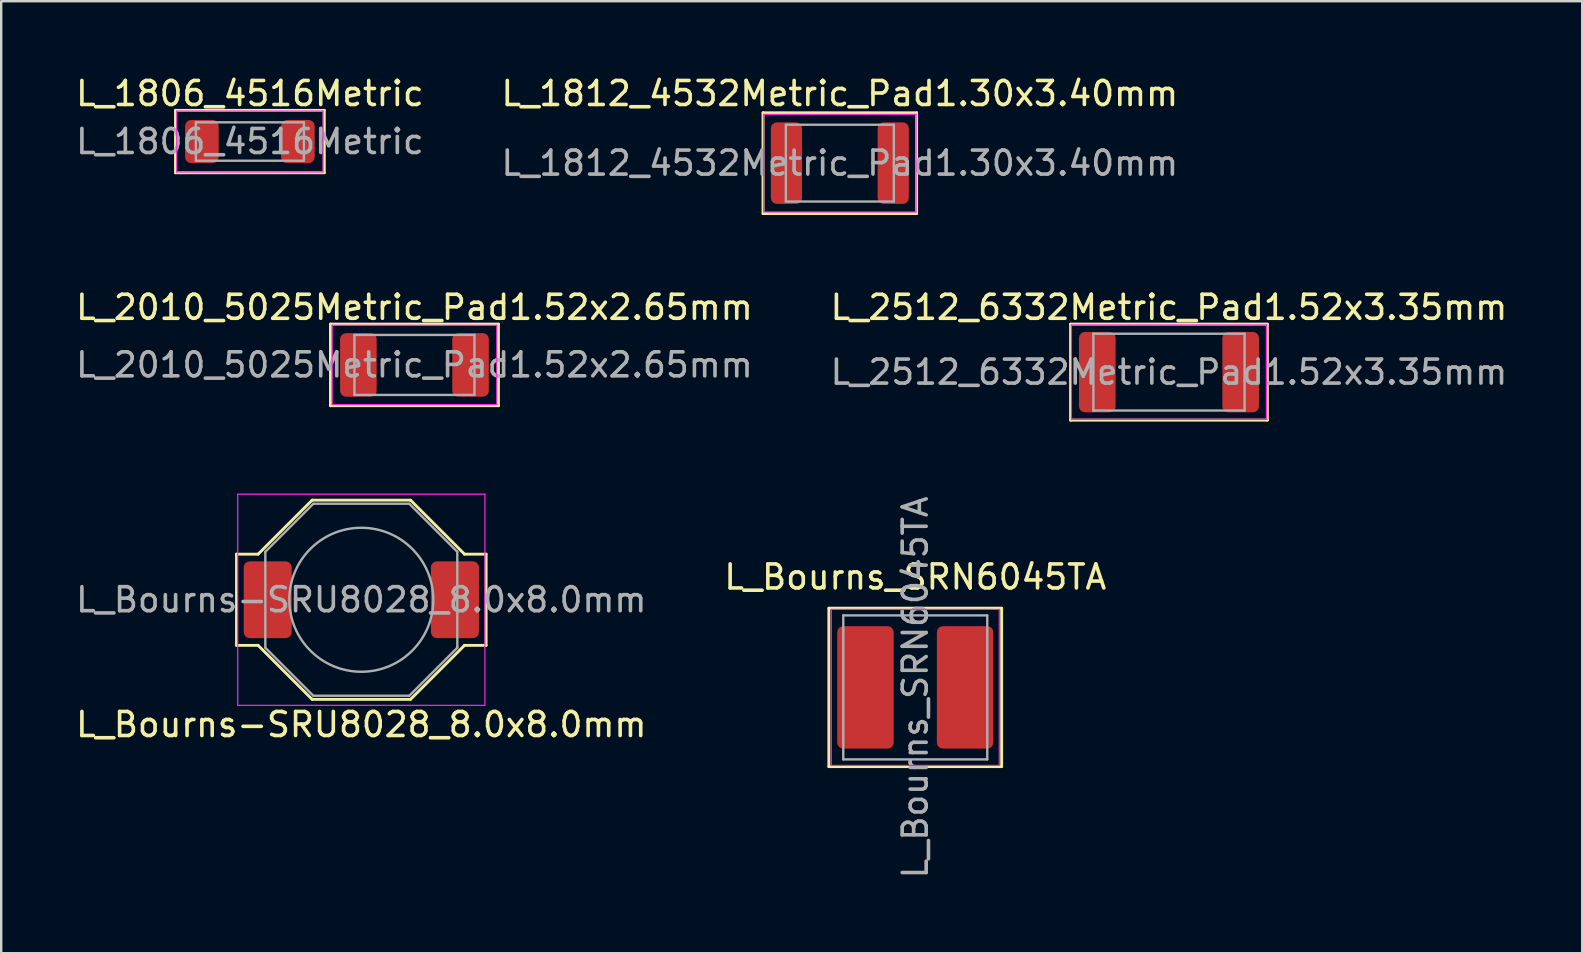
<source format=kicad_pcb>
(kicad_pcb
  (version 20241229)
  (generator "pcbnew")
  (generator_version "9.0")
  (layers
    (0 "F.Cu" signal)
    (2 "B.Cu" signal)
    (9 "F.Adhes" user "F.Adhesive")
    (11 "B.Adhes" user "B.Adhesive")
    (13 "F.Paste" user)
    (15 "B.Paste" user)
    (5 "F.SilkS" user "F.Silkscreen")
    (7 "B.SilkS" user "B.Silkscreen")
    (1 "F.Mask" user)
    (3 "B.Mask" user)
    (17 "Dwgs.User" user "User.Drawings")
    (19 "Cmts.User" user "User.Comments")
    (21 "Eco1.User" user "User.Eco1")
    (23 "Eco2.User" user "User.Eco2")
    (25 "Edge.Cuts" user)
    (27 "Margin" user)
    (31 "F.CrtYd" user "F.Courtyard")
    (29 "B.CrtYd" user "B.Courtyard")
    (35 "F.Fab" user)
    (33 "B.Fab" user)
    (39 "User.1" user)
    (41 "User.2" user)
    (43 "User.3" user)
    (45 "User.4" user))
  (footprint "L_1812_4532Metric_Pad1.30x3.40mm"
    (layer "F.Cu")
    (at 31.946 3.748)
    (property "Reference" "L_1812_4532Metric_Pad1.30x3.40mm" (at 0 -2.9 0) (layer "F.SilkS") (effects (font (size 1 1) (thickness 0.15))))
    (attr smd)
    (fp_line (start -3.2 -2.1) (end -3.2 2.1) (stroke (width 0.12) (type solid)) (layer "F.SilkS"))
    (fp_line (start -3.2 2.1) (end 3.2 2.1) (stroke (width 0.12) (type solid)) (layer "F.SilkS"))
    (fp_line (start 3.2 -2.1) (end -3.2 -2.1) (stroke (width 0.12) (type solid)) (layer "F.SilkS"))
    (fp_line (start 3.2 2.1) (end 3.2 -2.1) (stroke (width 0.12) (type solid)) (layer "F.SilkS"))
    (fp_line (start -3.175 -2.032) (end 3.175 -2.032) (stroke (width 0.05) (type solid)) (layer "F.CrtYd"))
    (fp_line (start -3.175 2.032) (end -3.175 -2.032) (stroke (width 0.05) (type solid)) (layer "F.CrtYd"))
    (fp_line (start 3.175 -2.032) (end 3.175 2.032) (stroke (width 0.05) (type solid)) (layer "F.CrtYd"))
    (fp_line (start 3.175 2.032) (end -3.175 2.032) (stroke (width 0.05) (type solid)) (layer "F.CrtYd"))
    (fp_line (start -2.25 -1.6) (end 2.25 -1.6) (stroke (width 0.1) (type solid)) (layer "F.Fab"))
    (fp_line (start -2.25 1.6) (end -2.25 -1.6) (stroke (width 0.1) (type solid)) (layer "F.Fab"))
    (fp_line (start 2.25 -1.6) (end 2.25 1.6) (stroke (width 0.1) (type solid)) (layer "F.Fab"))
    (fp_line (start 2.25 1.6) (end -2.25 1.6) (stroke (width 0.1) (type solid)) (layer "F.Fab"))
    (fp_text user "${REFERENCE}" (at 0 0 0) (layer "F.Fab") (effects (font (size 1 1) (thickness 0.15))))
    (pad "1" smd roundrect (at -2.225 0) (size 1.3 3.4) (layers "F.Cu" "F.Mask" "F.Paste") (roundrect_rratio 0.192))
    (pad "2" smd roundrect (at 2.225 0) (size 1.3 3.4) (layers "F.Cu" "F.Mask" "F.Paste") (roundrect_rratio 0.192)))
  (footprint "L_Bourns_SRN6045TA"
    (layer "F.Cu")
    (at 35.089 25.594)
    (property "Reference" "L_Bourns_SRN6045TA" (at 0 -4.6 0) (layer "F.SilkS") (effects (font (size 1 1) (thickness 0.15))))
    (attr smd)
    (fp_line (start -3.6 -3.3) (end -3.6 3.3) (stroke (width 0.12) (type solid)) (layer "F.SilkS"))
    (fp_line (start -3.6 3.3) (end 3.6 3.3) (stroke (width 0.12) (type solid)) (layer "F.SilkS"))
    (fp_line (start 3.6 -3.3) (end -3.6 -3.3) (stroke (width 0.12) (type solid)) (layer "F.SilkS"))
    (fp_line (start 3.6 3.3) (end 3.6 -3.3) (stroke (width 0.12) (type solid)) (layer "F.SilkS"))
    (fp_line (start -3.5 -3.25) (end -3.5 3.25) (stroke (width 0.05) (type solid)) (layer "F.CrtYd"))
    (fp_line (start -3.5 3.25) (end 3.5 3.25) (stroke (width 0.05) (type solid)) (layer "F.CrtYd"))
    (fp_line (start 3.5 -3.25) (end -3.5 -3.25) (stroke (width 0.05) (type solid)) (layer "F.CrtYd"))
    (fp_line (start 3.5 3.25) (end 3.5 -3.25) (stroke (width 0.05) (type solid)) (layer "F.CrtYd"))
    (fp_line (start -3 -3) (end -3 3) (stroke (width 0.1) (type solid)) (layer "F.Fab"))
    (fp_line (start -3 -3) (end 3 -3) (stroke (width 0.1) (type solid)) (layer "F.Fab"))
    (fp_line (start -3 3) (end 3 3) (stroke (width 0.1) (type solid)) (layer "F.Fab"))
    (fp_line (start 3 3) (end 3 -3) (stroke (width 0.1) (type solid)) (layer "F.Fab"))
    (fp_text user "${REFERENCE}" (at 0 0 90) (layer "F.Fab") (effects (font (size 1 1) (thickness 0.15))))
    (pad "1" smd roundrect (at -2.075 0) (size 2.35 5.1) (layers "F.Cu" "F.Mask" "F.Paste") (roundrect_rratio 0.106))
    (pad "2" smd roundrect (at 2.075 0) (size 2.35 5.1) (layers "F.Cu" "F.Mask" "F.Paste") (roundrect_rratio 0.106)))
  (footprint "L_2512_6332Metric_Pad1.52x3.35mm"
    (layer "F.Cu")
    (at 45.661 12.457)
    (property "Reference" "L_2512_6332Metric_Pad1.52x3.35mm" (at 0 -2.7 0) (layer "F.SilkS") (effects (font (size 1 1) (thickness 0.15))))
    (attr smd)
    (fp_line (start -4.1 -2) (end -4.1 2) (stroke (width 0.12) (type solid)) (layer "F.SilkS"))
    (fp_line (start -4.1 2) (end 4.1 2) (stroke (width 0.12) (type solid)) (layer "F.SilkS"))
    (fp_line (start 4.1 -2) (end -4.1 -2) (stroke (width 0.12) (type solid)) (layer "F.SilkS"))
    (fp_line (start 4.1 2) (end 4.1 -2) (stroke (width 0.12) (type solid)) (layer "F.SilkS"))
    (fp_line (start -4.064 -1.968) (end 4.064 -1.968) (stroke (width 0.05) (type solid)) (layer "F.CrtYd"))
    (fp_line (start -4.064 1.968) (end -4.064 -1.968) (stroke (width 0.05) (type solid)) (layer "F.CrtYd"))
    (fp_line (start 4.064 -1.968) (end 4.064 1.968) (stroke (width 0.05) (type solid)) (layer "F.CrtYd"))
    (fp_line (start 4.064 1.968) (end -4.064 1.968) (stroke (width 0.05) (type solid)) (layer "F.CrtYd"))
    (fp_line (start -3.15 -1.6) (end 3.15 -1.6) (stroke (width 0.1) (type solid)) (layer "F.Fab"))
    (fp_line (start -3.15 1.6) (end -3.15 -1.6) (stroke (width 0.1) (type solid)) (layer "F.Fab"))
    (fp_line (start 3.15 -1.6) (end 3.15 1.6) (stroke (width 0.1) (type solid)) (layer "F.Fab"))
    (fp_line (start 3.15 1.6) (end -3.15 1.6) (stroke (width 0.1) (type solid)) (layer "F.Fab"))
    (fp_text user "${REFERENCE}" (at 0 0 0) (layer "F.Fab") (effects (font (size 1 1) (thickness 0.15))))
    (pad "1" smd roundrect (at -2.987 0) (size 1.525 3.35) (layers "F.Cu" "F.Mask" "F.Paste") (roundrect_rratio 0.164))
    (pad "2" smd roundrect (at 2.987 0) (size 1.525 3.35) (layers "F.Cu" "F.Mask" "F.Paste") (roundrect_rratio 0.164)))
  (footprint "L_1806_4516Metric"
    (layer "F.Cu")
    (at 7.363 2.848)
    (property "Reference" "L_1806_4516Metric" (at 0 -2 0) (layer "F.SilkS") (effects (font (size 1 1) (thickness 0.15))))
    (attr smd)
    (fp_line (start -3.1 -1.3) (end -3.1 1.3) (stroke (width 0.12) (type solid)) (layer "F.SilkS"))
    (fp_line (start -3.1 1.3) (end 3.1 1.3) (stroke (width 0.12) (type solid)) (layer "F.SilkS"))
    (fp_line (start 3.1 -1.3) (end -3.1 -1.3) (stroke (width 0.12) (type solid)) (layer "F.SilkS"))
    (fp_line (start 3.1 1.3) (end 3.1 -1.3) (stroke (width 0.12) (type solid)) (layer "F.SilkS"))
    (fp_line (start -3.048 -1.27) (end 3.048 -1.27) (stroke (width 0.05) (type solid)) (layer "F.CrtYd"))
    (fp_line (start -3.048 1.27) (end -3.048 -1.27) (stroke (width 0.05) (type solid)) (layer "F.CrtYd"))
    (fp_line (start 3.048 -1.27) (end 3.048 1.27) (stroke (width 0.05) (type solid)) (layer "F.CrtYd"))
    (fp_line (start 3.048 1.27) (end -3.048 1.27) (stroke (width 0.05) (type solid)) (layer "F.CrtYd"))
    (fp_line (start -2.25 -0.8) (end 2.25 -0.8) (stroke (width 0.1) (type solid)) (layer "F.Fab"))
    (fp_line (start -2.25 0.8) (end -2.25 -0.8) (stroke (width 0.1) (type solid)) (layer "F.Fab"))
    (fp_line (start 2.25 -0.8) (end 2.25 0.8) (stroke (width 0.1) (type solid)) (layer "F.Fab"))
    (fp_line (start 2.25 0.8) (end -2.25 0.8) (stroke (width 0.1) (type solid)) (layer "F.Fab"))
    (fp_text user "${REFERENCE}" (at 0 0 0) (layer "F.Fab") (effects (font (size 1 1) (thickness 0.15))))
    (pad "1" smd roundrect (at -2 0) (size 1.4 1.8) (layers "F.Cu" "F.Mask" "F.Paste") (roundrect_rratio 0.179))
    (pad "2" smd roundrect (at 2 0) (size 1.4 1.8) (layers "F.Cu" "F.Mask" "F.Paste") (roundrect_rratio 0.179)))
  (footprint "L_2010_5025Metric_Pad1.52x2.65mm"
    (layer "F.Cu")
    (at 14.22 12.156)
    (property "Reference" "L_2010_5025Metric_Pad1.52x2.65mm" (at 0 -2.4 0) (layer "F.SilkS") (effects (font (size 1 1) (thickness 0.15))))
    (attr smd)
    (fp_line (start -3.5 -1.7) (end -3.5 1.7) (stroke (width 0.12) (type solid)) (layer "F.SilkS"))
    (fp_line (start -3.5 1.7) (end 3.5 1.7) (stroke (width 0.12) (type solid)) (layer "F.SilkS"))
    (fp_line (start 3.5 -1.7) (end -3.5 -1.7) (stroke (width 0.12) (type solid)) (layer "F.SilkS"))
    (fp_line (start 3.5 1.7) (end 3.5 -1.7) (stroke (width 0.12) (type solid)) (layer "F.SilkS"))
    (fp_line (start -3.429 -1.651) (end 3.429 -1.651) (stroke (width 0.05) (type solid)) (layer "F.CrtYd"))
    (fp_line (start -3.429 1.651) (end -3.429 -1.651) (stroke (width 0.05) (type solid)) (layer "F.CrtYd"))
    (fp_line (start 3.429 -1.651) (end 3.429 1.651) (stroke (width 0.05) (type solid)) (layer "F.CrtYd"))
    (fp_line (start 3.429 1.651) (end -3.429 1.651) (stroke (width 0.05) (type solid)) (layer "F.CrtYd"))
    (fp_line (start -2.5 -1.25) (end 2.5 -1.25) (stroke (width 0.1) (type solid)) (layer "F.Fab"))
    (fp_line (start -2.5 1.25) (end -2.5 -1.25) (stroke (width 0.1) (type solid)) (layer "F.Fab"))
    (fp_line (start 2.5 -1.25) (end 2.5 1.25) (stroke (width 0.1) (type solid)) (layer "F.Fab"))
    (fp_line (start 2.5 1.25) (end -2.5 1.25) (stroke (width 0.1) (type solid)) (layer "F.Fab"))
    (fp_text user "${REFERENCE}" (at 0 0 0) (layer "F.Fab") (effects (font (size 1 1) (thickness 0.15))))
    (pad "1" smd roundrect (at -2.337 0) (size 1.525 2.65) (layers "F.Cu" "F.Mask" "F.Paste") (roundrect_rratio 0.164))
    (pad "2" smd roundrect (at 2.337 0) (size 1.525 2.65) (layers "F.Cu" "F.Mask" "F.Paste") (roundrect_rratio 0.164)))
  (footprint "L_Bourns-SRU8028_8.0x8.0mm"
    (layer "F.Cu")
    (at 12.006 21.942)
    (property "Reference" "L_Bourns-SRU8028_8.0x8.0mm" (at 0 5.2 0) (layer "F.SilkS") (effects (font (size 1 1) (thickness 0.15))))
    (attr smd)
    (fp_line (start -5.2 -1.9) (end -5.2 1.9) (stroke (width 0.12) (type solid)) (layer "F.SilkS"))
    (fp_line (start -5.2 1.9) (end -4.3 1.9) (stroke (width 0.12) (type solid)) (layer "F.SilkS"))
    (fp_line (start -4.3 -1.9) (end -5.2 -1.9) (stroke (width 0.12) (type solid)) (layer "F.SilkS"))
    (fp_line (start -2.05 -4.15) (end -4.3 -1.9) (stroke (width 0.12) (type solid)) (layer "F.SilkS"))
    (fp_line (start -2.05 -4.15) (end 2.05 -4.15) (stroke (width 0.12) (type solid)) (layer "F.SilkS"))
    (fp_line (start -2.05 4.15) (end -4.3 1.9) (stroke (width 0.12) (type solid)) (layer "F.SilkS"))
    (fp_line (start 2.05 -4.15) (end 4.3 -1.9) (stroke (width 0.12) (type solid)) (layer "F.SilkS"))
    (fp_line (start 2.05 4.15) (end -2.05 4.15) (stroke (width 0.12) (type solid)) (layer "F.SilkS"))
    (fp_line (start 2.05 4.15) (end 4.3 1.9) (stroke (width 0.12) (type solid)) (layer "F.SilkS"))
    (fp_line (start 4.3 -1.9) (end 5.2 -1.9) (stroke (width 0.12) (type solid)) (layer "F.SilkS"))
    (fp_line (start 5.2 -1.9) (end 5.2 1.9) (stroke (width 0.12) (type solid)) (layer "F.SilkS"))
    (fp_line (start 5.2 1.9) (end 4.3 1.9) (stroke (width 0.12) (type solid)) (layer "F.SilkS"))
    (fp_line (start -5.15 -4.4) (end 5.15 -4.4) (stroke (width 0.05) (type solid)) (layer "F.CrtYd"))
    (fp_line (start -5.15 4.4) (end -5.15 -4.4) (stroke (width 0.05) (type solid)) (layer "F.CrtYd"))
    (fp_line (start 5.15 -4.4) (end 5.15 4.4) (stroke (width 0.05) (type solid)) (layer "F.CrtYd"))
    (fp_line (start 5.15 4.4) (end -5.15 4.4) (stroke (width 0.05) (type solid)) (layer "F.CrtYd"))
    (fp_line (start -4 -2) (end -2 -4) (stroke (width 0.1) (type solid)) (layer "F.Fab"))
    (fp_line (start -4 2) (end -4 -2) (stroke (width 0.1) (type solid)) (layer "F.Fab"))
    (fp_line (start -2 -4) (end 2 -4) (stroke (width 0.1) (type solid)) (layer "F.Fab"))
    (fp_line (start -2 4) (end -4 2) (stroke (width 0.1) (type solid)) (layer "F.Fab"))
    (fp_line (start 2 -4) (end 4 -2) (stroke (width 0.1) (type solid)) (layer "F.Fab"))
    (fp_line (start 2 4) (end -2 4) (stroke (width 0.1) (type solid)) (layer "F.Fab"))
    (fp_line (start 4 -2) (end 4 2) (stroke (width 0.1) (type solid)) (layer "F.Fab"))
    (fp_line (start 4 2) (end 2 4) (stroke (width 0.1) (type solid)) (layer "F.Fab"))
    (fp_circle (center 0 0) (end 0 -3) (stroke (width 0.1) (type solid)) (fill no) (layer "F.Fab"))
    (fp_text user "${REFERENCE}" (at 0 0 0) (layer "F.Fab") (effects (font (size 1 1) (thickness 0.15))))
    (pad "1" smd roundrect (at -3.9 0) (size 2 3.2) (layers "F.Cu" "F.Mask" "F.Paste") (roundrect_rratio 0.125))
    (pad "2" smd roundrect (at 3.9 0) (size 2 3.2) (layers "F.Cu" "F.Mask" "F.Paste") (roundrect_rratio 0.125)))
  (gr_rect
    (start -3 -3)
    (end 62.881 36.671)
    (stroke (width 0.1) (type default))
    (fill no)
    (layer "Edge.Cuts")))
</source>
